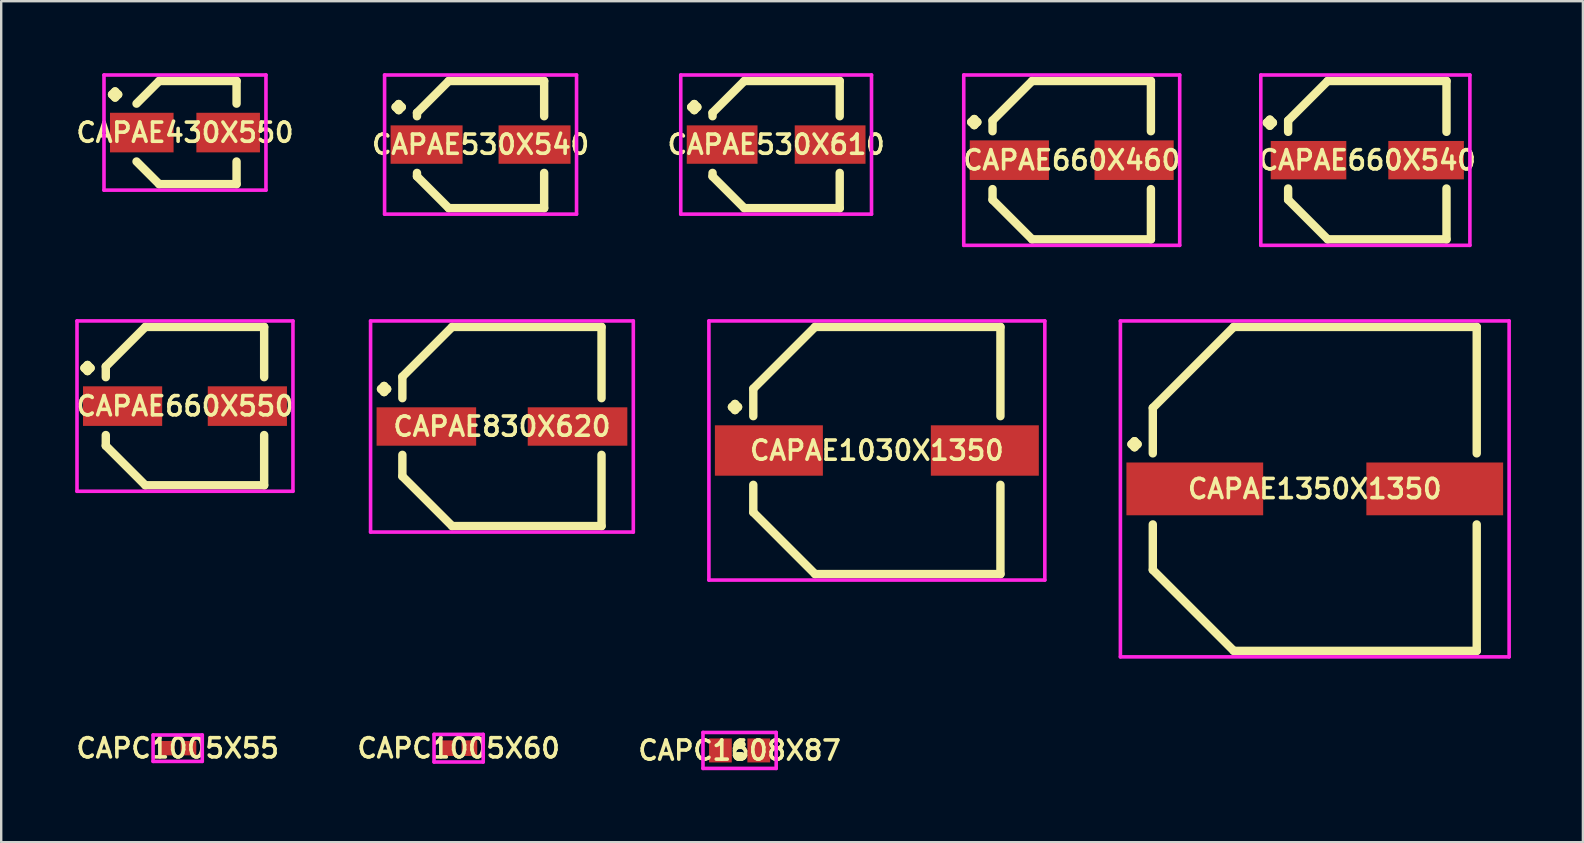
<source format=kicad_pcb>
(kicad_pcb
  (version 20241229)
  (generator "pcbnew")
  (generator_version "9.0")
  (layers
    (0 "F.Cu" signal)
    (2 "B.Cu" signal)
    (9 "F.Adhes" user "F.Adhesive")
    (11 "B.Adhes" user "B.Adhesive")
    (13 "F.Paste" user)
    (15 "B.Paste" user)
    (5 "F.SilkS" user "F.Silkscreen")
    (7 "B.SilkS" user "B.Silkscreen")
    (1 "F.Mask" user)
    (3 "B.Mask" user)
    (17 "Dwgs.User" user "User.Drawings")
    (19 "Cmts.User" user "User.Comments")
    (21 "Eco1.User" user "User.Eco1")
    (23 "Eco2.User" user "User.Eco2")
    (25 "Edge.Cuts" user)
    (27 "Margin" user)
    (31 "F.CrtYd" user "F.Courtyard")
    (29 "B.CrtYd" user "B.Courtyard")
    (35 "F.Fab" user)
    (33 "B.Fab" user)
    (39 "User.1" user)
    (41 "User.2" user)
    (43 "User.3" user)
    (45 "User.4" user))
  (footprint "CAPAE660X540"
    (layer "F.Cu")
    (at 53.934 3.625)
    (property "Reference" "CAPAE660X540" (at 0 0 0) (layer "F.SilkS") (effects (font (size 0.8 0.8) (thickness 0.15))))
    (attr smd)
    (fp_line (start -4.189 -1.562) (end -4.062 -1.689) (stroke (width 0.35) (type solid)) (layer "F.SilkS"))
    (fp_line (start -4.062 -1.689) (end -3.935 -1.562) (stroke (width 0.35) (type solid)) (layer "F.SilkS"))
    (fp_line (start -4.062 -1.435) (end -4.189 -1.562) (stroke (width 0.35) (type solid)) (layer "F.SilkS"))
    (fp_line (start -3.935 -1.562) (end -4.062 -1.435) (stroke (width 0.35) (type solid)) (layer "F.SilkS"))
    (fp_line (start -3.3 -1.65) (end -3.3 -1.181) (stroke (width 0.35) (type solid)) (layer "F.SilkS"))
    (fp_line (start -3.3 1.65) (end -3.3 1.181) (stroke (width 0.35) (type solid)) (layer "F.SilkS"))
    (fp_line (start -1.65 -3.3) (end -3.3 -1.65) (stroke (width 0.35) (type solid)) (layer "F.SilkS"))
    (fp_line (start -1.65 3.3) (end -3.3 1.65) (stroke (width 0.35) (type solid)) (layer "F.SilkS"))
    (fp_line (start 3.3 -3.3) (end -1.65 -3.3) (stroke (width 0.35) (type solid)) (layer "F.SilkS"))
    (fp_line (start 3.3 -1.181) (end 3.3 -3.3) (stroke (width 0.35) (type solid)) (layer "F.SilkS"))
    (fp_line (start 3.3 1.181) (end 3.3 3.3) (stroke (width 0.35) (type solid)) (layer "F.SilkS"))
    (fp_line (start 3.3 3.3) (end -1.65 3.3) (stroke (width 0.35) (type solid)) (layer "F.SilkS"))
    (fp_line (start -4.439 -3.55) (end 4.275 -3.55) (stroke (width 0.15) (type solid)) (layer "F.CrtYd"))
    (fp_line (start -4.439 3.55) (end -4.439 -3.55) (stroke (width 0.15) (type solid)) (layer "F.CrtYd"))
    (fp_line (start 4.275 -3.55) (end 4.275 3.55) (stroke (width 0.15) (type solid)) (layer "F.CrtYd"))
    (fp_line (start 4.275 3.55) (end -4.439 3.55) (stroke (width 0.15) (type solid)) (layer "F.CrtYd"))
    (pad "1" smd rect (at -2.45 0) (size 3.15 1.6) (layers "F.Cu" "F.Mask" "F.Paste"))
    (pad "2" smd rect (at 2.45 0) (size 3.15 1.6) (layers "F.Cu" "F.Mask" "F.Paste")))
  (footprint "CAPAE830X620"
    (layer "F.Cu")
    (at 17.869 14.725)
    (property "Reference" "CAPAE830X620" (at 0 0 0) (layer "F.SilkS") (effects (font (size 0.8 0.8) (thickness 0.15))))
    (attr smd)
    (fp_line (start -5.039 -1.562) (end -4.912 -1.689) (stroke (width 0.35) (type solid)) (layer "F.SilkS"))
    (fp_line (start -4.912 -1.689) (end -4.785 -1.562) (stroke (width 0.35) (type solid)) (layer "F.SilkS"))
    (fp_line (start -4.912 -1.435) (end -5.039 -1.562) (stroke (width 0.35) (type solid)) (layer "F.SilkS"))
    (fp_line (start -4.785 -1.562) (end -4.912 -1.435) (stroke (width 0.35) (type solid)) (layer "F.SilkS"))
    (fp_line (start -4.15 -2.075) (end -4.15 -1.181) (stroke (width 0.35) (type solid)) (layer "F.SilkS"))
    (fp_line (start -4.15 2.075) (end -4.15 1.181) (stroke (width 0.35) (type solid)) (layer "F.SilkS"))
    (fp_line (start -2.075 -4.15) (end -4.15 -2.075) (stroke (width 0.35) (type solid)) (layer "F.SilkS"))
    (fp_line (start -2.075 4.15) (end -4.15 2.075) (stroke (width 0.35) (type solid)) (layer "F.SilkS"))
    (fp_line (start 4.15 -4.15) (end -2.075 -4.15) (stroke (width 0.35) (type solid)) (layer "F.SilkS"))
    (fp_line (start 4.15 -1.181) (end 4.15 -4.15) (stroke (width 0.35) (type solid)) (layer "F.SilkS"))
    (fp_line (start 4.15 1.181) (end 4.15 4.15) (stroke (width 0.35) (type solid)) (layer "F.SilkS"))
    (fp_line (start 4.15 4.15) (end -2.075 4.15) (stroke (width 0.35) (type solid)) (layer "F.SilkS"))
    (fp_line (start -5.475 -4.4) (end 5.475 -4.4) (stroke (width 0.15) (type solid)) (layer "F.CrtYd"))
    (fp_line (start -5.475 4.4) (end -5.475 -4.4) (stroke (width 0.15) (type solid)) (layer "F.CrtYd"))
    (fp_line (start 5.475 -4.4) (end 5.475 4.4) (stroke (width 0.15) (type solid)) (layer "F.CrtYd"))
    (fp_line (start 5.475 4.4) (end -5.475 4.4) (stroke (width 0.15) (type solid)) (layer "F.CrtYd"))
    (pad "1" smd rect (at -3.15 0) (size 4.15 1.6) (layers "F.Cu" "F.Mask" "F.Paste"))
    (pad "2" smd rect (at 3.15 0) (size 4.15 1.6) (layers "F.Cu" "F.Mask" "F.Paste")))
  (footprint "CAPAE530X540"
    (layer "F.Cu")
    (at 16.978 2.975)
    (property "Reference" "CAPAE530X540" (at 0 0 0) (layer "F.SilkS") (effects (font (size 0.8 0.8) (thickness 0.15))))
    (attr smd)
    (fp_line (start -3.539 -1.562) (end -3.412 -1.689) (stroke (width 0.35) (type solid)) (layer "F.SilkS"))
    (fp_line (start -3.412 -1.689) (end -3.285 -1.562) (stroke (width 0.35) (type solid)) (layer "F.SilkS"))
    (fp_line (start -3.412 -1.435) (end -3.539 -1.562) (stroke (width 0.35) (type solid)) (layer "F.SilkS"))
    (fp_line (start -3.285 -1.562) (end -3.412 -1.435) (stroke (width 0.35) (type solid)) (layer "F.SilkS"))
    (fp_line (start -2.65 -1.325) (end -2.65 -1.181) (stroke (width 0.35) (type solid)) (layer "F.SilkS"))
    (fp_line (start -2.65 1.325) (end -2.65 1.181) (stroke (width 0.35) (type solid)) (layer "F.SilkS"))
    (fp_line (start -1.325 -2.65) (end -2.65 -1.325) (stroke (width 0.35) (type solid)) (layer "F.SilkS"))
    (fp_line (start -1.325 2.65) (end -2.65 1.325) (stroke (width 0.35) (type solid)) (layer "F.SilkS"))
    (fp_line (start 2.65 -2.65) (end -1.325 -2.65) (stroke (width 0.35) (type solid)) (layer "F.SilkS"))
    (fp_line (start 2.65 -1.181) (end 2.65 -2.65) (stroke (width 0.35) (type solid)) (layer "F.SilkS"))
    (fp_line (start 2.65 1.181) (end 2.65 2.65) (stroke (width 0.35) (type solid)) (layer "F.SilkS"))
    (fp_line (start 2.65 2.65) (end -1.325 2.65) (stroke (width 0.35) (type solid)) (layer "F.SilkS"))
    (fp_line (start -4 -2.9) (end 4 -2.9) (stroke (width 0.15) (type solid)) (layer "F.CrtYd"))
    (fp_line (start -4 2.9) (end -4 -2.9) (stroke (width 0.15) (type solid)) (layer "F.CrtYd"))
    (fp_line (start 4 -2.9) (end 4 2.9) (stroke (width 0.15) (type solid)) (layer "F.CrtYd"))
    (fp_line (start 4 2.9) (end -4 2.9) (stroke (width 0.15) (type solid)) (layer "F.CrtYd"))
    (pad "1" smd rect (at -2.25 0) (size 3 1.6) (layers "F.Cu" "F.Mask" "F.Paste"))
    (pad "2" smd rect (at 2.25 0) (size 3 1.6) (layers "F.Cu" "F.Mask" "F.Paste")))
  (footprint "CAPAE530X610"
    (layer "F.Cu")
    (at 29.296 2.975)
    (property "Reference" "CAPAE530X610" (at 0 0 0) (layer "F.SilkS") (effects (font (size 0.8 0.8) (thickness 0.15))))
    (attr smd)
    (fp_line (start -3.539 -1.562) (end -3.412 -1.689) (stroke (width 0.35) (type solid)) (layer "F.SilkS"))
    (fp_line (start -3.412 -1.689) (end -3.285 -1.562) (stroke (width 0.35) (type solid)) (layer "F.SilkS"))
    (fp_line (start -3.412 -1.435) (end -3.539 -1.562) (stroke (width 0.35) (type solid)) (layer "F.SilkS"))
    (fp_line (start -3.285 -1.562) (end -3.412 -1.435) (stroke (width 0.35) (type solid)) (layer "F.SilkS"))
    (fp_line (start -2.65 -1.325) (end -2.65 -1.181) (stroke (width 0.35) (type solid)) (layer "F.SilkS"))
    (fp_line (start -2.65 1.325) (end -2.65 1.181) (stroke (width 0.35) (type solid)) (layer "F.SilkS"))
    (fp_line (start -1.325 -2.65) (end -2.65 -1.325) (stroke (width 0.35) (type solid)) (layer "F.SilkS"))
    (fp_line (start -1.325 2.65) (end -2.65 1.325) (stroke (width 0.35) (type solid)) (layer "F.SilkS"))
    (fp_line (start 2.65 -2.65) (end -1.325 -2.65) (stroke (width 0.35) (type solid)) (layer "F.SilkS"))
    (fp_line (start 2.65 -1.181) (end 2.65 -2.65) (stroke (width 0.35) (type solid)) (layer "F.SilkS"))
    (fp_line (start 2.65 1.181) (end 2.65 2.65) (stroke (width 0.35) (type solid)) (layer "F.SilkS"))
    (fp_line (start 2.65 2.65) (end -1.325 2.65) (stroke (width 0.35) (type solid)) (layer "F.SilkS"))
    (fp_line (start -3.975 -2.9) (end 3.975 -2.9) (stroke (width 0.15) (type solid)) (layer "F.CrtYd"))
    (fp_line (start -3.975 2.9) (end -3.975 -2.9) (stroke (width 0.15) (type solid)) (layer "F.CrtYd"))
    (fp_line (start 3.975 -2.9) (end 3.975 2.9) (stroke (width 0.15) (type solid)) (layer "F.CrtYd"))
    (fp_line (start 3.975 2.9) (end -3.975 2.9) (stroke (width 0.15) (type solid)) (layer "F.CrtYd"))
    (pad "1" smd rect (at -2.25 0) (size 2.95 1.6) (layers "F.Cu" "F.Mask" "F.Paste"))
    (pad "2" smd rect (at 2.25 0) (size 2.95 1.6) (layers "F.Cu" "F.Mask" "F.Paste")))
  (footprint "CAPAE660X550"
    (layer "F.Cu")
    (at 4.659 13.875)
    (property "Reference" "CAPAE660X550" (at 0 0 0) (layer "F.SilkS") (effects (font (size 0.8 0.8) (thickness 0.15))))
    (attr smd)
    (fp_line (start -4.189 -1.587) (end -4.062 -1.714) (stroke (width 0.35) (type solid)) (layer "F.SilkS"))
    (fp_line (start -4.062 -1.714) (end -3.935 -1.587) (stroke (width 0.35) (type solid)) (layer "F.SilkS"))
    (fp_line (start -4.062 -1.46) (end -4.189 -1.587) (stroke (width 0.35) (type solid)) (layer "F.SilkS"))
    (fp_line (start -3.935 -1.587) (end -4.062 -1.46) (stroke (width 0.35) (type solid)) (layer "F.SilkS"))
    (fp_line (start -3.3 -1.65) (end -3.3 -1.206) (stroke (width 0.35) (type solid)) (layer "F.SilkS"))
    (fp_line (start -3.3 1.65) (end -3.3 1.206) (stroke (width 0.35) (type solid)) (layer "F.SilkS"))
    (fp_line (start -1.65 -3.3) (end -3.3 -1.65) (stroke (width 0.35) (type solid)) (layer "F.SilkS"))
    (fp_line (start -1.65 3.3) (end -3.3 1.65) (stroke (width 0.35) (type solid)) (layer "F.SilkS"))
    (fp_line (start 3.3 -3.3) (end -1.65 -3.3) (stroke (width 0.35) (type solid)) (layer "F.SilkS"))
    (fp_line (start 3.3 -1.206) (end 3.3 -3.3) (stroke (width 0.35) (type solid)) (layer "F.SilkS"))
    (fp_line (start 3.3 1.206) (end 3.3 3.3) (stroke (width 0.35) (type solid)) (layer "F.SilkS"))
    (fp_line (start 3.3 3.3) (end -1.65 3.3) (stroke (width 0.35) (type solid)) (layer "F.SilkS"))
    (fp_line (start -4.5 -3.55) (end 4.5 -3.55) (stroke (width 0.15) (type solid)) (layer "F.CrtYd"))
    (fp_line (start -4.5 3.55) (end -4.5 -3.55) (stroke (width 0.15) (type solid)) (layer "F.CrtYd"))
    (fp_line (start 4.5 -3.55) (end 4.5 3.55) (stroke (width 0.15) (type solid)) (layer "F.CrtYd"))
    (fp_line (start 4.5 3.55) (end -4.5 3.55) (stroke (width 0.15) (type solid)) (layer "F.CrtYd"))
    (pad "1" smd rect (at -2.6 0) (size 3.3 1.65) (layers "F.Cu" "F.Mask" "F.Paste"))
    (pad "2" smd rect (at 2.6 0) (size 3.3 1.65) (layers "F.Cu" "F.Mask" "F.Paste")))
  (footprint "CAPC1005X55"
    (layer "F.Cu")
    (at 4.355 28.131)
    (property "Reference" "CAPC1005X55" (at 0 0 0) (layer "F.SilkS") (effects (font (size 0.8 0.8) (thickness 0.15))))
    (attr through_hole)
    (fp_line (start -1.025 -0.55) (end 1.025 -0.55) (stroke (width 0.15) (type solid)) (layer "F.CrtYd"))
    (fp_line (start -1.025 0.55) (end -1.025 -0.55) (stroke (width 0.15) (type solid)) (layer "F.CrtYd"))
    (fp_line (start 1.025 -0.55) (end 1.025 0.55) (stroke (width 0.15) (type solid)) (layer "F.CrtYd"))
    (fp_line (start 1.025 0.55) (end -1.025 0.55) (stroke (width 0.15) (type solid)) (layer "F.CrtYd"))
    (pad "1" smd rect (at -0.45 0) (size 0.65 0.6) (layers "F.Cu" "F.Mask" "F.Paste"))
    (pad "2" smd rect (at 0.45 0) (size 0.65 0.6) (layers "F.Cu" "F.Mask" "F.Paste")))
  (footprint "CAPAE660X460"
    (layer "F.Cu")
    (at 41.615 3.625)
    (property "Reference" "CAPAE660X460" (at 0 0 0) (layer "F.SilkS") (effects (font (size 0.8 0.8) (thickness 0.15))))
    (attr smd)
    (fp_line (start -4.189 -1.587) (end -4.062 -1.714) (stroke (width 0.35) (type solid)) (layer "F.SilkS"))
    (fp_line (start -4.062 -1.714) (end -3.935 -1.587) (stroke (width 0.35) (type solid)) (layer "F.SilkS"))
    (fp_line (start -4.062 -1.46) (end -4.189 -1.587) (stroke (width 0.35) (type solid)) (layer "F.SilkS"))
    (fp_line (start -3.935 -1.587) (end -4.062 -1.46) (stroke (width 0.35) (type solid)) (layer "F.SilkS"))
    (fp_line (start -3.3 -1.65) (end -3.3 -1.206) (stroke (width 0.35) (type solid)) (layer "F.SilkS"))
    (fp_line (start -3.3 1.65) (end -3.3 1.206) (stroke (width 0.35) (type solid)) (layer "F.SilkS"))
    (fp_line (start -1.65 -3.3) (end -3.3 -1.65) (stroke (width 0.35) (type solid)) (layer "F.SilkS"))
    (fp_line (start -1.65 3.3) (end -3.3 1.65) (stroke (width 0.35) (type solid)) (layer "F.SilkS"))
    (fp_line (start 3.3 -3.3) (end -1.65 -3.3) (stroke (width 0.35) (type solid)) (layer "F.SilkS"))
    (fp_line (start 3.3 -1.206) (end 3.3 -3.3) (stroke (width 0.35) (type solid)) (layer "F.SilkS"))
    (fp_line (start 3.3 1.206) (end 3.3 3.3) (stroke (width 0.35) (type solid)) (layer "F.SilkS"))
    (fp_line (start 3.3 3.3) (end -1.65 3.3) (stroke (width 0.35) (type solid)) (layer "F.SilkS"))
    (fp_line (start -4.5 -3.55) (end 4.5 -3.55) (stroke (width 0.15) (type solid)) (layer "F.CrtYd"))
    (fp_line (start -4.5 3.55) (end -4.5 -3.55) (stroke (width 0.15) (type solid)) (layer "F.CrtYd"))
    (fp_line (start 4.5 -3.55) (end 4.5 3.55) (stroke (width 0.15) (type solid)) (layer "F.CrtYd"))
    (fp_line (start 4.5 3.55) (end -4.5 3.55) (stroke (width 0.15) (type solid)) (layer "F.CrtYd"))
    (pad "1" smd rect (at -2.6 0) (size 3.3 1.65) (layers "F.Cu" "F.Mask" "F.Paste"))
    (pad "2" smd rect (at 2.6 0) (size 3.3 1.65) (layers "F.Cu" "F.Mask" "F.Paste")))
  (footprint "CAPC1608X87"
    (layer "F.Cu")
    (at 27.773 28.225)
    (property "Reference" "CAPC1608X87" (at 0 0 0) (layer "F.SilkS") (effects (font (size 0.8 0.8) (thickness 0.15))))
    (attr smd)
    (fp_line (start -0.071 -0.246) (end 0.071 -0.246) (stroke (width 0.35) (type solid)) (layer "F.SilkS"))
    (fp_line (start -0.071 0.246) (end 0.071 0.246) (stroke (width 0.35) (type solid)) (layer "F.SilkS"))
    (fp_line (start 0.071 -0.246) (end -0.071 -0.246) (stroke (width 0.35) (type solid)) (layer "F.SilkS"))
    (fp_line (start 0.071 0.246) (end -0.071 0.246) (stroke (width 0.35) (type solid)) (layer "F.SilkS"))
    (fp_line (start -1.525 -0.75) (end 1.525 -0.75) (stroke (width 0.15) (type solid)) (layer "F.CrtYd"))
    (fp_line (start -1.525 0.75) (end -1.525 -0.75) (stroke (width 0.15) (type solid)) (layer "F.CrtYd"))
    (fp_line (start 1.525 -0.75) (end 1.525 0.75) (stroke (width 0.15) (type solid)) (layer "F.CrtYd"))
    (fp_line (start 1.525 0.75) (end -1.525 0.75) (stroke (width 0.15) (type solid)) (layer "F.CrtYd"))
    (pad "1" smd rect (at -0.8 0) (size 0.95 1) (layers "F.Cu" "F.Mask" "F.Paste"))
    (pad "2" smd rect (at 0.8 0) (size 0.95 1) (layers "F.Cu" "F.Mask" "F.Paste")))
  (footprint "CAPAE430X550"
    (layer "F.Cu")
    (at 4.659 2.475)
    (property "Reference" "CAPAE430X550" (at 0 0 0) (layer "F.SilkS") (effects (font (size 0.8 0.8) (thickness 0.15))))
    (attr smd)
    (fp_line (start -3.039 -1.587) (end -2.912 -1.714) (stroke (width 0.35) (type solid)) (layer "F.SilkS"))
    (fp_line (start -2.912 -1.714) (end -2.785 -1.587) (stroke (width 0.35) (type solid)) (layer "F.SilkS"))
    (fp_line (start -2.912 -1.46) (end -3.039 -1.587) (stroke (width 0.35) (type solid)) (layer "F.SilkS"))
    (fp_line (start -2.785 -1.587) (end -2.912 -1.46) (stroke (width 0.35) (type solid)) (layer "F.SilkS"))
    (fp_line (start -1.075 -2.15) (end -2.019 -1.206) (stroke (width 0.35) (type solid)) (layer "F.SilkS"))
    (fp_line (start -1.075 2.15) (end -2.019 1.206) (stroke (width 0.35) (type solid)) (layer "F.SilkS"))
    (fp_line (start 2.15 -2.15) (end -1.075 -2.15) (stroke (width 0.35) (type solid)) (layer "F.SilkS"))
    (fp_line (start 2.15 -1.206) (end 2.15 -2.15) (stroke (width 0.35) (type solid)) (layer "F.SilkS"))
    (fp_line (start 2.15 1.206) (end 2.15 2.15) (stroke (width 0.35) (type solid)) (layer "F.SilkS"))
    (fp_line (start 2.15 2.15) (end -1.075 2.15) (stroke (width 0.35) (type solid)) (layer "F.SilkS"))
    (fp_line (start -3.375 -2.4) (end 3.375 -2.4) (stroke (width 0.15) (type solid)) (layer "F.CrtYd"))
    (fp_line (start -3.375 2.4) (end -3.375 -2.4) (stroke (width 0.15) (type solid)) (layer "F.CrtYd"))
    (fp_line (start 3.375 -2.4) (end 3.375 2.4) (stroke (width 0.15) (type solid)) (layer "F.CrtYd"))
    (fp_line (start 3.375 2.4) (end -3.375 2.4) (stroke (width 0.15) (type solid)) (layer "F.CrtYd"))
    (pad "1" smd rect (at -1.8 0) (size 2.65 1.65) (layers "F.Cu" "F.Mask" "F.Paste"))
    (pad "2" smd rect (at 1.8 0) (size 2.65 1.65) (layers "F.Cu" "F.Mask" "F.Paste")))
  (footprint "CAPAE1350X1350"
    (layer "F.Cu")
    (at 51.744 17.325)
    (property "Reference" "CAPAE1350X1350" (at 0 0 0) (layer "F.SilkS") (effects (font (size 0.8 0.8) (thickness 0.15))))
    (attr through_hole)
    (fp_line (start -7.639 -1.862) (end -7.512 -1.989) (stroke (width 0.35) (type solid)) (layer "F.SilkS"))
    (fp_line (start -7.512 -1.989) (end -7.385 -1.862) (stroke (width 0.35) (type solid)) (layer "F.SilkS"))
    (fp_line (start -7.512 -1.735) (end -7.639 -1.862) (stroke (width 0.35) (type solid)) (layer "F.SilkS"))
    (fp_line (start -7.385 -1.862) (end -7.512 -1.735) (stroke (width 0.35) (type solid)) (layer "F.SilkS"))
    (fp_line (start -6.75 -3.375) (end -6.75 -1.481) (stroke (width 0.35) (type solid)) (layer "F.SilkS"))
    (fp_line (start -6.75 3.375) (end -6.75 1.481) (stroke (width 0.35) (type solid)) (layer "F.SilkS"))
    (fp_line (start -3.375 -6.75) (end -6.75 -3.375) (stroke (width 0.35) (type solid)) (layer "F.SilkS"))
    (fp_line (start -3.375 6.75) (end -6.75 3.375) (stroke (width 0.35) (type solid)) (layer "F.SilkS"))
    (fp_line (start 6.75 -6.75) (end -3.375 -6.75) (stroke (width 0.35) (type solid)) (layer "F.SilkS"))
    (fp_line (start 6.75 -1.481) (end 6.75 -6.75) (stroke (width 0.35) (type solid)) (layer "F.SilkS"))
    (fp_line (start 6.75 1.481) (end 6.75 6.75) (stroke (width 0.35) (type solid)) (layer "F.SilkS"))
    (fp_line (start 6.75 6.75) (end -3.375 6.75) (stroke (width 0.35) (type solid)) (layer "F.SilkS"))
    (fp_line (start -8.1 -7) (end 8.1 -7) (stroke (width 0.15) (type solid)) (layer "F.CrtYd"))
    (fp_line (start -8.1 7) (end -8.1 -7) (stroke (width 0.15) (type solid)) (layer "F.CrtYd"))
    (fp_line (start 8.1 -7) (end 8.1 7) (stroke (width 0.15) (type solid)) (layer "F.CrtYd"))
    (fp_line (start 8.1 7) (end -8.1 7) (stroke (width 0.15) (type solid)) (layer "F.CrtYd"))
    (pad "1" smd rect (at -5 0) (size 5.7 2.2) (layers "F.Cu" "F.Mask" "F.Paste"))
    (pad "2" smd rect (at 5 0) (size 5.7 2.2) (layers "F.Cu" "F.Mask" "F.Paste")))
  (footprint "CAPC1005X60"
    (layer "F.Cu")
    (at 16.064 28.131)
    (property "Reference" "CAPC1005X60" (at 0 0 0) (layer "F.SilkS") (effects (font (size 0.8 0.8) (thickness 0.15))))
    (attr smd)
    (fp_line (start -1.025 -0.575) (end 1.025 -0.575) (stroke (width 0.15) (type solid)) (layer "F.CrtYd"))
    (fp_line (start -1.025 0.575) (end -1.025 -0.575) (stroke (width 0.15) (type solid)) (layer "F.CrtYd"))
    (fp_line (start 1.025 -0.575) (end 1.025 0.575) (stroke (width 0.15) (type solid)) (layer "F.CrtYd"))
    (fp_line (start 1.025 0.575) (end -1.025 0.575) (stroke (width 0.15) (type solid)) (layer "F.CrtYd"))
    (pad "1" smd rect (at -0.45 0) (size 0.65 0.65) (layers "F.Cu" "F.Mask" "F.Paste"))
    (pad "2" smd rect (at 0.45 0) (size 0.65 0.65) (layers "F.Cu" "F.Mask" "F.Paste")))
  (footprint "CAPAE1030X1350"
    (layer "F.Cu")
    (at 33.494 15.725)
    (property "Reference" "CAPAE1030X1350" (at 0 0 0) (layer "F.SilkS") (effects (font (size 0.8 0.8) (thickness 0.15))))
    (attr through_hole)
    (fp_line (start -6.039 -1.812) (end -5.912 -1.939) (stroke (width 0.35) (type solid)) (layer "F.SilkS"))
    (fp_line (start -5.912 -1.939) (end -5.785 -1.812) (stroke (width 0.35) (type solid)) (layer "F.SilkS"))
    (fp_line (start -5.912 -1.685) (end -6.039 -1.812) (stroke (width 0.35) (type solid)) (layer "F.SilkS"))
    (fp_line (start -5.785 -1.812) (end -5.912 -1.685) (stroke (width 0.35) (type solid)) (layer "F.SilkS"))
    (fp_line (start -5.15 -2.575) (end -5.15 -1.431) (stroke (width 0.35) (type solid)) (layer "F.SilkS"))
    (fp_line (start -5.15 2.575) (end -5.15 1.431) (stroke (width 0.35) (type solid)) (layer "F.SilkS"))
    (fp_line (start -2.575 -5.15) (end -5.15 -2.575) (stroke (width 0.35) (type solid)) (layer "F.SilkS"))
    (fp_line (start -2.575 5.15) (end -5.15 2.575) (stroke (width 0.35) (type solid)) (layer "F.SilkS"))
    (fp_line (start 5.15 -5.15) (end -2.575 -5.15) (stroke (width 0.35) (type solid)) (layer "F.SilkS"))
    (fp_line (start 5.15 -1.431) (end 5.15 -5.15) (stroke (width 0.35) (type solid)) (layer "F.SilkS"))
    (fp_line (start 5.15 1.431) (end 5.15 5.15) (stroke (width 0.35) (type solid)) (layer "F.SilkS"))
    (fp_line (start 5.15 5.15) (end -2.575 5.15) (stroke (width 0.35) (type solid)) (layer "F.SilkS"))
    (fp_line (start -7 -5.4) (end 7 -5.4) (stroke (width 0.15) (type solid)) (layer "F.CrtYd"))
    (fp_line (start -7 5.4) (end -7 -5.4) (stroke (width 0.15) (type solid)) (layer "F.CrtYd"))
    (fp_line (start 7 -5.4) (end 7 5.4) (stroke (width 0.15) (type solid)) (layer "F.CrtYd"))
    (fp_line (start 7 5.4) (end -7 5.4) (stroke (width 0.15) (type solid)) (layer "F.CrtYd"))
    (pad "1" smd rect (at -4.5 0) (size 4.5 2.1) (layers "F.Cu" "F.Mask" "F.Paste"))
    (pad "2" smd rect (at 4.5 0) (size 4.5 2.1) (layers "F.Cu" "F.Mask" "F.Paste")))
  (gr_rect
    (start -3 -3)
    (end 62.919 32.05)
    (stroke (width 0.1) (type default))
    (fill no)
    (layer "Edge.Cuts")))
</source>
